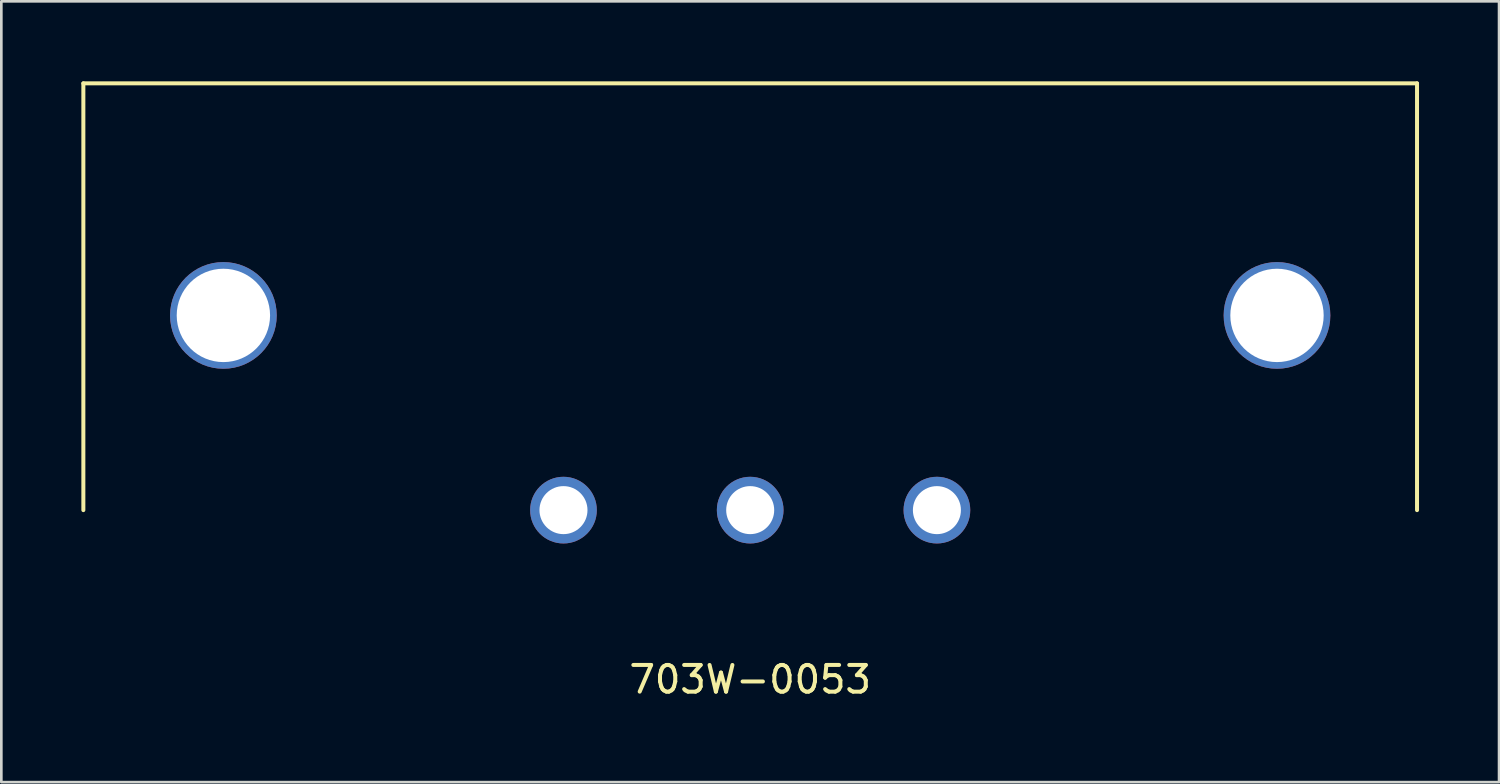
<source format=kicad_pcb>
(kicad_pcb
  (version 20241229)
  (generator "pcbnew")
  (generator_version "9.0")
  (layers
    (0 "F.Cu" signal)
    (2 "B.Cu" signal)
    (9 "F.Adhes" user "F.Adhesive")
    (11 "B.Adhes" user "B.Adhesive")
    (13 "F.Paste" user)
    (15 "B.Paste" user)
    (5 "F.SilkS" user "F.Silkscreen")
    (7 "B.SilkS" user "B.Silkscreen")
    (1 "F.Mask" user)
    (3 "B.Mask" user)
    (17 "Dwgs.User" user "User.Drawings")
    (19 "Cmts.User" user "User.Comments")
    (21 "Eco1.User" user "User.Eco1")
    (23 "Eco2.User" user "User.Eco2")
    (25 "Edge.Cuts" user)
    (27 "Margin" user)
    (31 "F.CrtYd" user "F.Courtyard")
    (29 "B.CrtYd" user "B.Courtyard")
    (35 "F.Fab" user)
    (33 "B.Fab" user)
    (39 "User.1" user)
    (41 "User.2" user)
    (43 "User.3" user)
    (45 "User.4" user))
  (footprint "703W-0053"
    (layer "F.Cu")
    (at 25.075 16.075)
    (property "Reference" "703W-0053" (at 0 6.35 0) (layer "F.SilkS") (effects (font (size 1 1) (thickness 0.15))))
    (attr through_hole)
    (fp_line (start -25 -16) (end -25 0) (stroke (width 0.15) (type solid)) (layer "F.SilkS"))
    (fp_line (start -25 -16) (end 25 -16) (stroke (width 0.15) (type solid)) (layer "F.SilkS"))
    (fp_line (start 25 -16) (end 25 0) (stroke (width 0.15) (type solid)) (layer "F.SilkS"))
    (pad "" thru_hole circle (at -19.75 -7.3) (size 4 4) (drill 3.5) (layers "*.Cu" "*.Mask"))
    (pad "" thru_hole circle (at 19.75 -7.3) (size 4 4) (drill 3.5) (layers "*.Cu" "*.Mask"))
    (pad "1" thru_hole circle (at -7 0) (size 2.5 2.5) (drill 1.8) (layers "*.Cu" "*.Mask"))
    (pad "2" thru_hole circle (at 0 0) (size 2.5 2.5) (drill 1.8) (layers "*.Cu" "*.Mask"))
    (pad "3" thru_hole circle (at 7 0) (size 2.5 2.5) (drill 1.8) (layers "*.Cu" "*.Mask")))
  (gr_rect
    (start -3 -3)
    (end 53.15 26.273)
    (stroke (width 0.1) (type default))
    (fill no)
    (layer "Edge.Cuts")))
</source>
